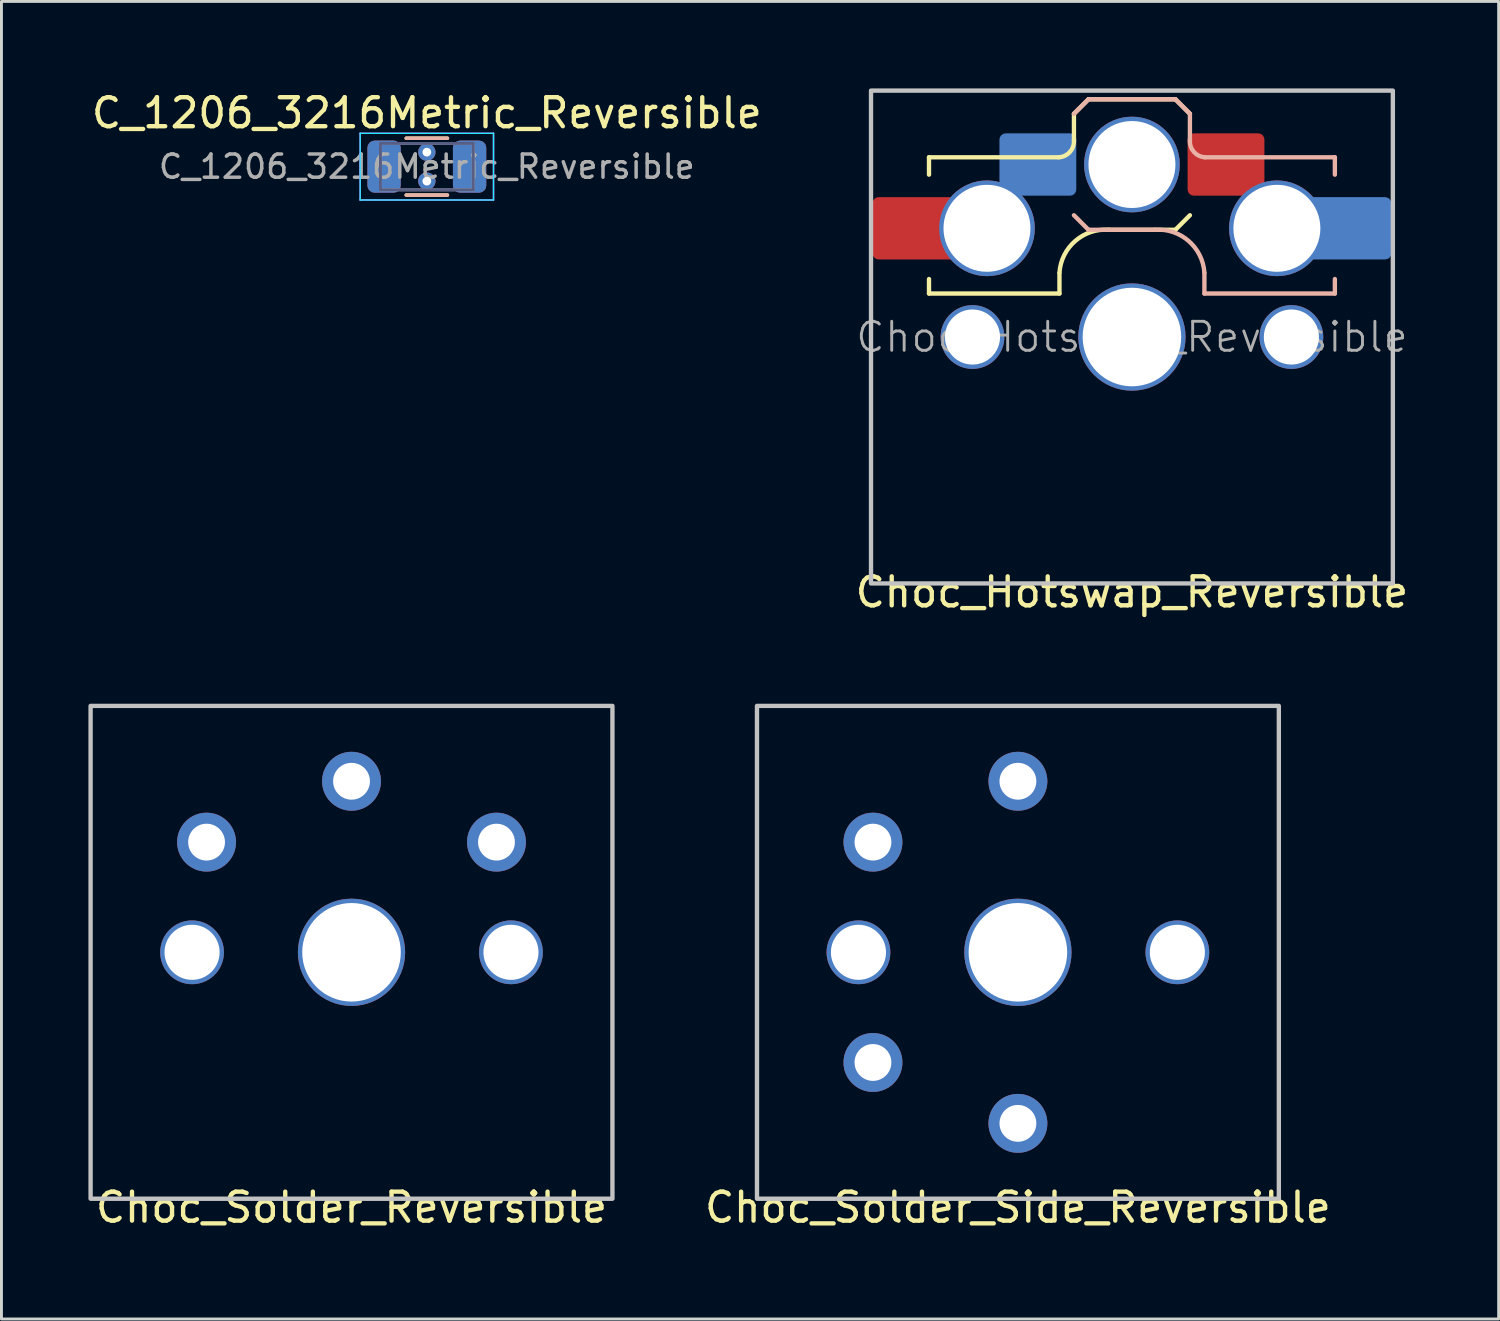
<source format=kicad_pcb>
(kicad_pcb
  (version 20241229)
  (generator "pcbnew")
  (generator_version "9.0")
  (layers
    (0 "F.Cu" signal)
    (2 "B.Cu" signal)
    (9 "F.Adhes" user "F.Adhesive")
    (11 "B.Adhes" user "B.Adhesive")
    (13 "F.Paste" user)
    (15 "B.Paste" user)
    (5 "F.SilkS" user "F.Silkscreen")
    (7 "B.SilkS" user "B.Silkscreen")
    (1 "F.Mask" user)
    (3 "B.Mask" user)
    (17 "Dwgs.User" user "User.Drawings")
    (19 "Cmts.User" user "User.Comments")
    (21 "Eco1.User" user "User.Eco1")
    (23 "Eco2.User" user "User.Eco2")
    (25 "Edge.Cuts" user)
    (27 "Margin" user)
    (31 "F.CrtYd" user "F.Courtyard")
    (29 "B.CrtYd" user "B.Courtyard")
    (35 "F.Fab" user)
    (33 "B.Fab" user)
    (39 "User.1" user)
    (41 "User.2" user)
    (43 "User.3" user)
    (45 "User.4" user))
  (footprint "Choc_Solder_Reversible"
    (layer "F.Cu")
    (at 9.075 29.798)
    (property "Reference" "Choc_Solder_Reversible" (at 0 8.8 0) (layer "F.SilkS") (effects (font (size 1 1) (thickness 0.15))))
    (attr exclude_from_pos_files exclude_from_bom allow_soldermask_bridges)
    (fp_poly (pts (xy 9 8.5) (xy -9 8.5) (xy -9 -8.5) (xy 9 -8.5)) (stroke (width 0.15) (type solid)) (fill no) (layer "Dwgs.User"))
    (pad "" thru_hole circle (at -5.5 0) (size 2.2 2.2) (drill 1.9) (layers "*.Cu" "*.Mask"))
    (pad "" thru_hole circle (at 0 0) (size 3.7 3.7) (drill 3.4) (layers "*.Cu" "*.Mask"))
    (pad "" thru_hole circle (at 5.5 0) (size 2.2 2.2) (drill 1.9) (layers "*.Cu" "*.Mask"))
    (pad "1" thru_hole circle (at -5 -3.8 195) (size 2.032 2.032) (drill 1.27) (layers "*.Cu" "*.Mask"))
    (pad "1" thru_hole circle (at 5 -3.8 165) (size 2.032 2.032) (drill 1.27) (layers "*.Cu" "*.Mask"))
    (pad "2" thru_hole circle (at 0 -5.9 195) (size 2.032 2.032) (drill 1.27) (layers "*.Cu" "*.Mask")))
  (footprint "C_1206_3216Metric_Reversible"
    (layer "F.Cu")
    (at 11.673 2.698)
    (property "Reference" "C_1206_3216Metric_Reversible" (at 0 -1.85 0) (layer "F.SilkS") (effects (font (size 1 1) (thickness 0.15))))
    (attr smd)
    (fp_line (start -0.711 -0.98) (end 0.711 -0.98) (stroke (width 0.12) (type solid)) (layer "F.SilkS"))
    (fp_line (start -0.711 0.98) (end 0.711 0.98) (stroke (width 0.12) (type solid)) (layer "F.SilkS"))
    (fp_line (start -0.711 -0.98) (end 0.711 -0.98) (stroke (width 0.12) (type solid)) (layer "B.SilkS"))
    (fp_line (start -0.711 0.98) (end 0.711 0.98) (stroke (width 0.12) (type solid)) (layer "B.SilkS"))
    (fp_line (start -2.3 -1.15) (end 2.3 -1.15) (stroke (width 0.05) (type solid)) (layer "B.CrtYd"))
    (fp_line (start -2.3 1.15) (end -2.3 -1.15) (stroke (width 0.05) (type solid)) (layer "B.CrtYd"))
    (fp_line (start 2.3 -1.15) (end 2.3 1.15) (stroke (width 0.05) (type solid)) (layer "B.CrtYd"))
    (fp_line (start 2.3 1.15) (end -2.3 1.15) (stroke (width 0.05) (type solid)) (layer "B.CrtYd"))
    (fp_line (start -2.3 -1.15) (end 2.3 -1.15) (stroke (width 0.05) (type solid)) (layer "F.CrtYd"))
    (fp_line (start -2.3 1.15) (end -2.3 -1.15) (stroke (width 0.05) (type solid)) (layer "F.CrtYd"))
    (fp_line (start 2.3 -1.15) (end 2.3 1.15) (stroke (width 0.05) (type solid)) (layer "F.CrtYd"))
    (fp_line (start 2.3 1.15) (end -2.3 1.15) (stroke (width 0.05) (type solid)) (layer "F.CrtYd"))
    (fp_line (start -1.6 -0.8) (end 1.6 -0.8) (stroke (width 0.1) (type solid)) (layer "B.Fab"))
    (fp_line (start -1.6 0.8) (end -1.6 -0.8) (stroke (width 0.1) (type solid)) (layer "B.Fab"))
    (fp_line (start 1.6 -0.8) (end 1.6 0.8) (stroke (width 0.1) (type solid)) (layer "B.Fab"))
    (fp_line (start 1.6 0.8) (end -1.6 0.8) (stroke (width 0.1) (type solid)) (layer "B.Fab"))
    (fp_line (start -1.6 -0.8) (end 1.6 -0.8) (stroke (width 0.1) (type solid)) (layer "F.Fab"))
    (fp_line (start -1.6 0.8) (end -1.6 -0.8) (stroke (width 0.1) (type solid)) (layer "F.Fab"))
    (fp_line (start 1.6 -0.8) (end 1.6 0.8) (stroke (width 0.1) (type solid)) (layer "F.Fab"))
    (fp_line (start 1.6 0.8) (end -1.6 0.8) (stroke (width 0.1) (type solid)) (layer "F.Fab"))
    (fp_text user "${REFERENCE}" (at 0 0 0) (layer "F.Fab") (effects (font (size 0.8 0.8) (thickness 0.12))))
    (pad "1" smd roundrect (at -1.475 0) (size 1.15 1.8) (layers "F.Cu" "F.Mask" "F.Paste") (roundrect_rratio 0.217))
    (pad "1" thru_hole circle (at 0 -0.5) (size 0.6 0.6) (drill 0.3) (layers "*.Cu" "*.Mask"))
    (pad "1" smd roundrect (at 1.475 0) (size 1.15 1.8) (layers "B.Cu" "B.Mask" "B.Paste") (roundrect_rratio 0.217))
    (pad "2" smd roundrect (at -1.475 0) (size 1.15 1.8) (layers "B.Cu" "B.Mask" "B.Paste") (roundrect_rratio 0.217))
    (pad "2" thru_hole circle (at 0 0.5) (size 0.6 0.6) (drill 0.3) (layers "*.Cu" "*.Mask"))
    (pad "2" smd roundrect (at 1.475 0) (size 1.15 1.8) (layers "F.Cu" "F.Mask" "F.Paste") (roundrect_rratio 0.217)))
  (footprint "Choc_Solder_Side_Reversible"
    (layer "F.Cu")
    (at 32.061 29.798)
    (property "Reference" "Choc_Solder_Side_Reversible" (at 0 8.8 0) (layer "F.SilkS") (effects (font (size 1 1) (thickness 0.15))))
    (attr exclude_from_pos_files exclude_from_bom allow_soldermask_bridges)
    (fp_poly (pts (xy 9 8.5) (xy -9 8.5) (xy -9 -8.5) (xy 9 -8.5)) (stroke (width 0.15) (type solid)) (fill no) (layer "Dwgs.User"))
    (pad "" thru_hole circle (at -5.5 0) (size 2.2 2.2) (drill 1.9) (layers "*.Cu" "*.Mask"))
    (pad "" thru_hole circle (at 0 0) (size 3.7 3.7) (drill 3.4) (layers "*.Cu" "*.Mask"))
    (pad "" thru_hole circle (at 5.5 0) (size 2.2 2.2) (drill 1.9) (layers "*.Cu" "*.Mask"))
    (pad "1" thru_hole circle (at -5 -3.8 195) (size 2.032 2.032) (drill 1.27) (layers "*.Cu" "*.Mask"))
    (pad "1" thru_hole circle (at -5 3.8 195) (size 2.032 2.032) (drill 1.27) (layers "*.Cu" "*.Mask"))
    (pad "2" thru_hole circle (at 0 -5.9 195) (size 2.032 2.032) (drill 1.27) (layers "*.Cu" "*.Mask"))
    (pad "2" thru_hole circle (at 0 5.9 165) (size 2.032 2.032) (drill 1.27) (layers "*.Cu" "*.Mask")))
  (footprint "Choc_Hotswap_Reversible"
    (layer "F.Cu")
    (at 35.994 8.575)
    (property "Reference" "Choc_Hotswap_Reversible" (at 0.000001 8.8 0) (layer "F.SilkS") (effects (font (size 1 1) (thickness 0.15))))
    (attr exclude_from_pos_files exclude_from_bom allow_soldermask_bridges)
    (fp_line (start -7 -6.2) (end -2.52 -6.2) (stroke (width 0.15) (type solid)) (layer "F.SilkS"))
    (fp_line (start -7 -5.6) (end -7 -6.2) (stroke (width 0.15) (type solid)) (layer "F.SilkS"))
    (fp_line (start -7 -1.5) (end -7 -2) (stroke (width 0.15) (type solid)) (layer "F.SilkS"))
    (fp_line (start -2.5 -2.2) (end -2.5 -1.5) (stroke (width 0.15) (type solid)) (layer "F.SilkS"))
    (fp_line (start -2.5 -1.5) (end -7 -1.5) (stroke (width 0.15) (type solid)) (layer "F.SilkS"))
    (fp_line (start -2 -6.78) (end -2 -7.7) (stroke (width 0.15) (type solid)) (layer "F.SilkS"))
    (fp_line (start -1.5 -8.2) (end -2 -7.7) (stroke (width 0.15) (type solid)) (layer "F.SilkS"))
    (fp_line (start 1.5 -8.2) (end -1.5 -8.2) (stroke (width 0.15) (type solid)) (layer "F.SilkS"))
    (fp_line (start 1.5 -3.7) (end -0.8 -3.7) (stroke (width 0.15) (type solid)) (layer "F.SilkS"))
    (fp_line (start 2 -7.7) (end 1.5 -8.2) (stroke (width 0.15) (type solid)) (layer "F.SilkS"))
    (fp_line (start 2 -4.2) (end 1.5 -3.7) (stroke (width 0.15) (type solid)) (layer "F.SilkS"))
    (fp_arc (start -2.5 -2.22) (mid -1.956518 -3.312082) (end -0.8 -3.7) (stroke (width 0.15) (type solid)) (layer "F.SilkS"))
    (fp_arc (start -2 -6.78) (mid -2.139878 -6.382304) (end -2.52 -6.199999) (stroke (width 0.15) (type solid)) (layer "F.SilkS"))
    (fp_line (start -1.5 -8.2) (end -2 -7.7) (stroke (width 0.15) (type solid)) (layer "B.SilkS"))
    (fp_line (start -1.5 -3.7) (end -2 -4.2) (stroke (width 0.15) (type solid)) (layer "B.SilkS"))
    (fp_line (start 0.8 -3.7) (end -1.5 -3.7) (stroke (width 0.15) (type solid)) (layer "B.SilkS"))
    (fp_line (start 1.5 -8.2) (end -1.5 -8.2) (stroke (width 0.15) (type solid)) (layer "B.SilkS"))
    (fp_line (start 2 -7.7) (end 1.5 -8.2) (stroke (width 0.15) (type solid)) (layer "B.SilkS"))
    (fp_line (start 2 -7.7) (end 2 -6.78) (stroke (width 0.15) (type solid)) (layer "B.SilkS"))
    (fp_line (start 2.5 -1.5) (end 2.5 -2.2) (stroke (width 0.15) (type solid)) (layer "B.SilkS"))
    (fp_line (start 2.52 -6.2) (end 7 -6.2) (stroke (width 0.15) (type solid)) (layer "B.SilkS"))
    (fp_line (start 7 -6.2) (end 7 -5.6) (stroke (width 0.15) (type solid)) (layer "B.SilkS"))
    (fp_line (start 7 -2) (end 7 -1.5) (stroke (width 0.15) (type solid)) (layer "B.SilkS"))
    (fp_line (start 7 -1.5) (end 2.5 -1.5) (stroke (width 0.15) (type solid)) (layer "B.SilkS"))
    (fp_arc (start 0.8 -3.7) (mid 1.956518 -3.312082) (end 2.5 -2.22) (stroke (width 0.15) (type solid)) (layer "B.SilkS"))
    (fp_arc (start 2.52 -6.2) (mid 2.139878 -6.382304) (end 2 -6.78) (stroke (width 0.15) (type solid)) (layer "B.SilkS"))
    (fp_poly (pts (xy 9 8.5) (xy -9 8.5) (xy -9 -8.5) (xy 9 -8.5)) (stroke (width 0.15) (type solid)) (fill no) (layer "Dwgs.User"))
    (fp_text user "${REFERENCE}" (at 0 0 0) (unlocked yes) (layer "F.Fab") (effects (font (size 1 1) (thickness 0.1))))
    (pad "" smd roundrect (at -7.947 -3.75) (size 2 2.15) (layers "F.Mask" "F.Paste") (roundrect_rratio 0.107))
    (pad "" thru_hole circle (at -5.5 0) (size 2.2 2.2) (drill 1.9) (layers "*.Cu" "*.Mask"))
    (pad "" thru_hole circle (at 0 -5.95) (size 3.3 3.3) (drill 3) (layers "*.Cu" "*.Mask"))
    (pad "" thru_hole circle (at 0 0) (size 3.7 3.7) (drill 3.4) (layers "*.Cu" "*.Mask"))
    (pad "" thru_hole circle (at 5.5 0) (size 2.2 2.2) (drill 1.9) (layers "*.Cu" "*.Mask"))
    (pad "" smd roundrect (at 7.948 -3.75) (size 2 2.15) (layers "B.Mask" "B.Paste") (roundrect_rratio 0.107))
    (pad "1" smd roundrect (at -7.348 -3.75) (size 3.2 2.15) (layers "F.Cu") (roundrect_rratio 0.1))
    (pad "1" thru_hole circle (at -5 -3.75 195) (size 3.3 3.3) (drill 3) (layers "*.Cu" "*.Mask"))
    (pad "1" smd roundrect (at -3.245 -5.95) (size 2.65 2.15) (layers "B.Cu" "B.Mask" "B.Paste") (roundrect_rratio 0.1))
    (pad "2" smd roundrect (at 3.245 -5.95) (size 2.65 2.15) (layers "F.Cu" "F.Mask" "F.Paste") (roundrect_rratio 0.1))
    (pad "2" thru_hole circle (at 5 -3.75 195) (size 3.3 3.3) (drill 3) (layers "*.Cu" "*.Mask"))
    (pad "2" smd roundrect (at 7.348 -3.75) (size 3.2 2.15) (layers "B.Cu") (roundrect_rratio 0.1)))
  (gr_rect
    (start -3 -3)
    (end 48.643 42.447)
    (stroke (width 0.1) (type default))
    (fill no)
    (layer "Edge.Cuts")))
</source>
